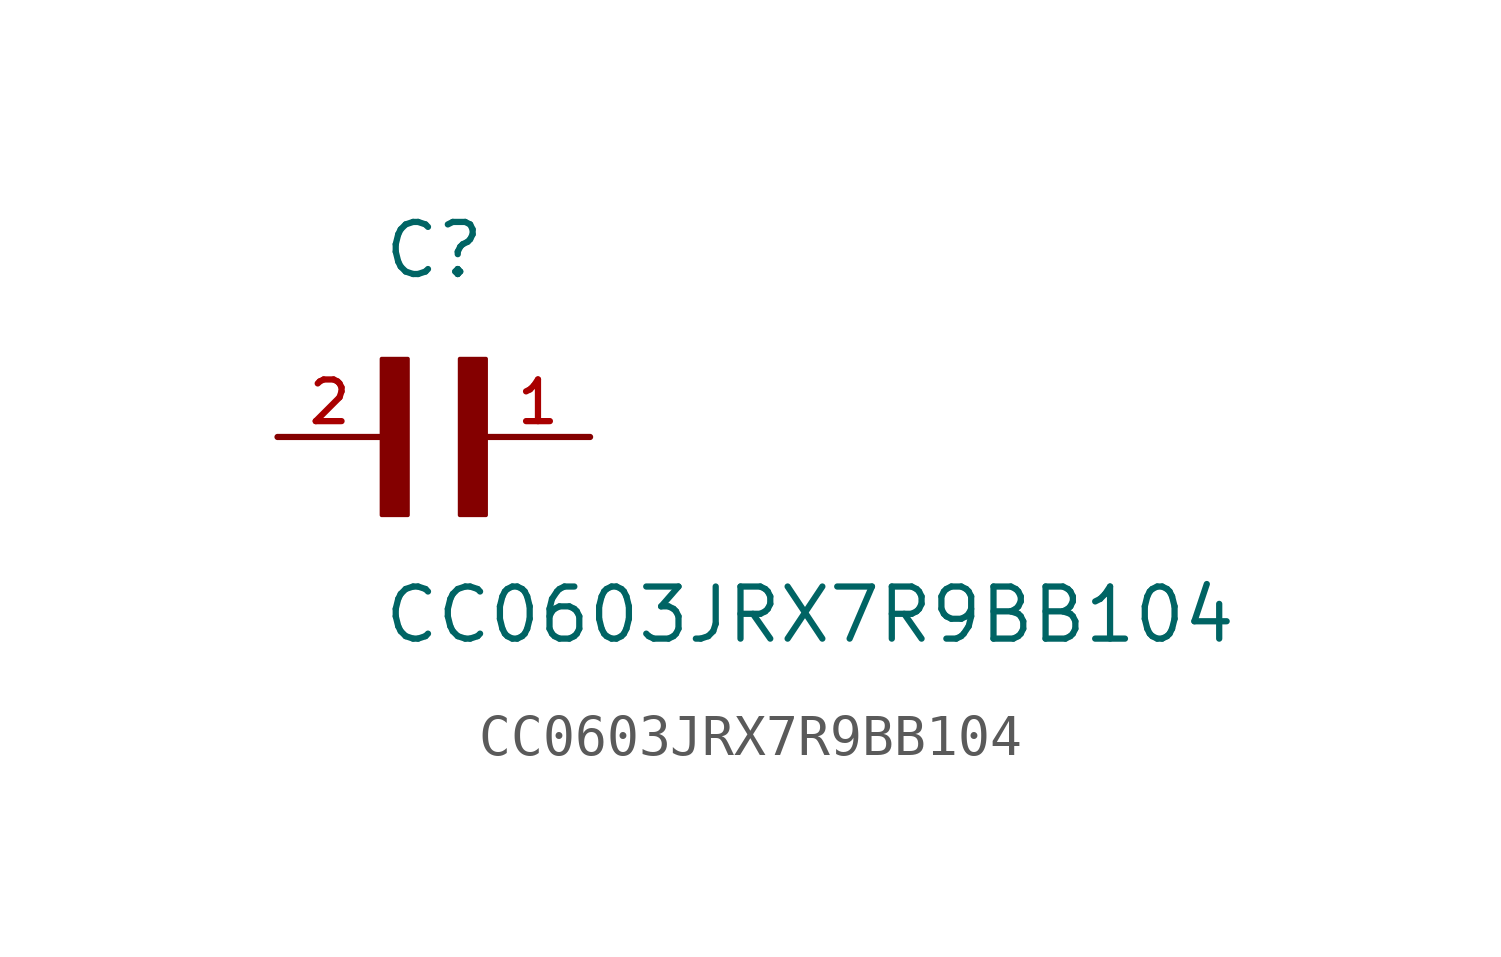
<source format=kicad_sym>
(kicad_symbol_lib
  (version 20211014)
  (generator kicad_symbol_editor)
  (symbol "CC0603JRX7R9BB104"
    (pin_names
      (offset 1.016))
    (property "Reference" "C"
      (at 0.0 3.81 0)
      (effects (font (size 1.27 1.27)) (justify bottom left)))
    (property "Value" "CC0603JRX7R9BB104"
      (at 0.0 -5.08 0)
      (effects (font (size 1.27 1.27)) (justify bottom left)))
    (symbol "CC0603JRX7R9BB104_0_0"
      (rectangle (start 0.0 -1.905) (end 0.635 1.905) (stroke (width 0.1)) (fill (type outline)))
      (rectangle (start 1.905 -1.905) (end 2.54 1.905) (stroke (width 0.1)) (fill (type outline)))
      (pin passive line (at 5.08 0.0 180.0) (length 2.54) (name "~" (effects (font (size 1.016 1.016)))) (number "1" (effects (font (size 1.016 1.016)))))
      (pin passive line (at -2.54 0.0 0) (length 2.54) (name "~" (effects (font (size 1.016 1.016)))) (number "2" (effects (font (size 1.016 1.016))))))))
</source>
